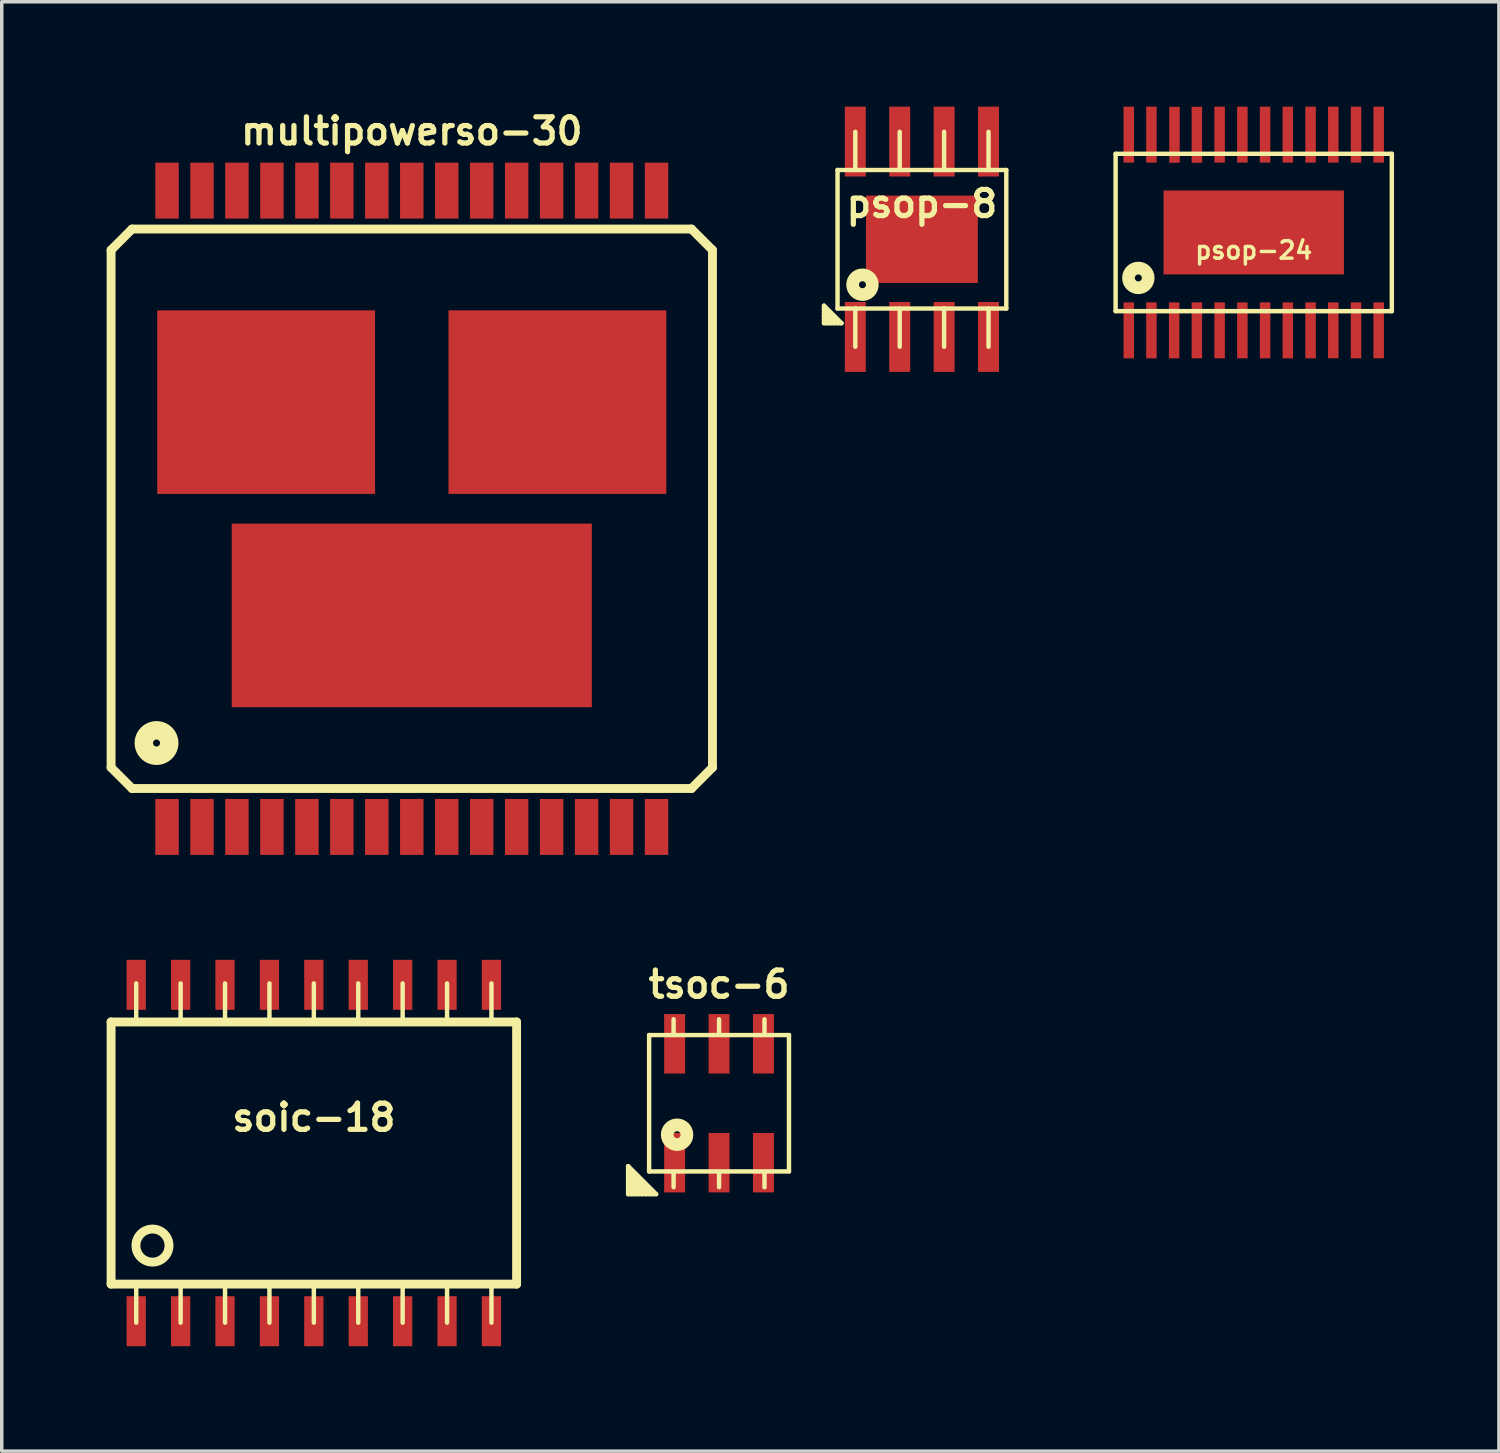
<source format=kicad_pcb>
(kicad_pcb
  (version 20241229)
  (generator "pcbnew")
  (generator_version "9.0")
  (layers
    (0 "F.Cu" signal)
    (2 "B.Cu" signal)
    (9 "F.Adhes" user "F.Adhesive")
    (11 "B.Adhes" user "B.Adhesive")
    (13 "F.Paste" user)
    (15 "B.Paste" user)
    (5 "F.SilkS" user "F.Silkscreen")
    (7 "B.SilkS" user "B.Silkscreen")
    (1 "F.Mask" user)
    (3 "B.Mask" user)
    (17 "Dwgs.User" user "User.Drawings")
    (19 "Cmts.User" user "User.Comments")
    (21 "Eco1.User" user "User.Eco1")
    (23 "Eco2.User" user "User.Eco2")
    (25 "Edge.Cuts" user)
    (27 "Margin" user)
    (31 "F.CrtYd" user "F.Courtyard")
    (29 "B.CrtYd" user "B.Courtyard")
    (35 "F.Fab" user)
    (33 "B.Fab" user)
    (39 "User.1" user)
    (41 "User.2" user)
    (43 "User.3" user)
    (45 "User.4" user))
  (footprint "multipowerso-30"
    (layer "F.Cu")
    (at 8.727 11.501)
    (property "Reference" "multipowerso-30" (at 0 -10.8 0) (layer "F.SilkS") (effects (font (size 0.749 0.749) (thickness 0.15))))
    (attr through_hole)
    (fp_line (start -8.6 -7.4) (end -8.6 7.4) (stroke (width 0.254) (type solid)) (layer "F.SilkS"))
    (fp_line (start -8.6 -7.4) (end -8 -8) (stroke (width 0.254) (type solid)) (layer "F.SilkS"))
    (fp_line (start -8.6 7.4) (end -8 8) (stroke (width 0.254) (type solid)) (layer "F.SilkS"))
    (fp_line (start -8 -8) (end 8 -8) (stroke (width 0.254) (type solid)) (layer "F.SilkS"))
    (fp_line (start -8 8) (end 8 8) (stroke (width 0.254) (type solid)) (layer "F.SilkS"))
    (fp_line (start 8 -8) (end 8.6 -7.4) (stroke (width 0.254) (type solid)) (layer "F.SilkS"))
    (fp_line (start 8 8) (end 8.6 7.4) (stroke (width 0.254) (type solid)) (layer "F.SilkS"))
    (fp_line (start 8.6 -7.4) (end 8.6 7.4) (stroke (width 0.254) (type solid)) (layer "F.SilkS"))
    (fp_circle (center -7.3 6.7) (end -7.6 6.7) (stroke (width 0.254) (type solid)) (fill no) (layer "F.SilkS"))
    (fp_circle (center -7.3 6.7) (end -7.4 6.7) (stroke (width 0.254) (type solid)) (fill no) (layer "F.SilkS"))
    (fp_circle (center -7.3 6.7) (end -6.8 6.7) (stroke (width 0.254) (type solid)) (fill no) (layer "F.SilkS"))
    (pad "1" smd rect (at -7 9.1) (size 0.67 1.6) (layers "F.Cu" "F.Mask" "F.Paste"))
    (pad "2" smd rect (at -6 9.1) (size 0.67 1.6) (layers "F.Cu" "F.Mask" "F.Paste"))
    (pad "3" smd rect (at -5 9.1) (size 0.67 1.6) (layers "F.Cu" "F.Mask" "F.Paste"))
    (pad "4" smd rect (at -4 9.1) (size 0.67 1.6) (layers "F.Cu" "F.Mask" "F.Paste"))
    (pad "5" smd rect (at -3 9.1) (size 0.67 1.6) (layers "F.Cu" "F.Mask" "F.Paste"))
    (pad "6" smd rect (at -2 9.1) (size 0.67 1.6) (layers "F.Cu" "F.Mask" "F.Paste"))
    (pad "7" smd rect (at -1 9.1) (size 0.67 1.6) (layers "F.Cu" "F.Mask" "F.Paste"))
    (pad "8" smd rect (at 0 9.1) (size 0.67 1.6) (layers "F.Cu" "F.Mask" "F.Paste"))
    (pad "9" smd rect (at 1 9.1) (size 0.67 1.6) (layers "F.Cu" "F.Mask" "F.Paste"))
    (pad "10" smd rect (at 2 9.1) (size 0.67 1.6) (layers "F.Cu" "F.Mask" "F.Paste"))
    (pad "11" smd rect (at 3 9.1) (size 0.67 1.6) (layers "F.Cu" "F.Mask" "F.Paste"))
    (pad "12" smd rect (at 4 9.1) (size 0.67 1.6) (layers "F.Cu" "F.Mask" "F.Paste"))
    (pad "13" smd rect (at 5 9.1) (size 0.67 1.6) (layers "F.Cu" "F.Mask" "F.Paste"))
    (pad "14" smd rect (at 6 9.1) (size 0.67 1.6) (layers "F.Cu" "F.Mask" "F.Paste"))
    (pad "15" smd rect (at 7 9.1) (size 0.67 1.6) (layers "F.Cu" "F.Mask" "F.Paste"))
    (pad "16" smd rect (at 7 -9.1) (size 0.67 1.6) (layers "F.Cu" "F.Mask" "F.Paste"))
    (pad "17" smd rect (at 6 -9.1) (size 0.67 1.6) (layers "F.Cu" "F.Mask" "F.Paste"))
    (pad "18" smd rect (at 5 -9.1) (size 0.67 1.6) (layers "F.Cu" "F.Mask" "F.Paste"))
    (pad "19" smd rect (at 4 -9.1) (size 0.67 1.6) (layers "F.Cu" "F.Mask" "F.Paste"))
    (pad "20" smd rect (at 3 -9.1) (size 0.67 1.6) (layers "F.Cu" "F.Mask" "F.Paste"))
    (pad "21" smd rect (at 2 -9.1) (size 0.67 1.6) (layers "F.Cu" "F.Mask" "F.Paste"))
    (pad "22" smd rect (at 1 -9.1) (size 0.67 1.6) (layers "F.Cu" "F.Mask" "F.Paste"))
    (pad "23" smd rect (at 0 -9.1) (size 0.67 1.6) (layers "F.Cu" "F.Mask" "F.Paste"))
    (pad "24" smd rect (at -1 -9.1) (size 0.67 1.6) (layers "F.Cu" "F.Mask" "F.Paste"))
    (pad "25" smd rect (at -2 -9.1) (size 0.67 1.6) (layers "F.Cu" "F.Mask" "F.Paste"))
    (pad "26" smd rect (at -3 -9.1) (size 0.67 1.6) (layers "F.Cu" "F.Mask" "F.Paste"))
    (pad "27" smd rect (at -4 -9.1) (size 0.67 1.6) (layers "F.Cu" "F.Mask" "F.Paste"))
    (pad "28" smd rect (at -5 -9.1) (size 0.67 1.6) (layers "F.Cu" "F.Mask" "F.Paste"))
    (pad "29" smd rect (at -6 -9.1) (size 0.67 1.6) (layers "F.Cu" "F.Mask" "F.Paste"))
    (pad "30" smd rect (at -7 -9.1) (size 0.67 1.6) (layers "F.Cu" "F.Mask" "F.Paste"))
    (pad "31" smd rect (at 0 3.05) (size 10.3 5.25) (layers "F.Cu" "F.Mask" "F.Paste"))
    (pad "32" smd rect (at 4.165 -3.05) (size 6.23 5.25) (layers "F.Cu" "F.Mask" "F.Paste"))
    (pad "33" smd rect (at -4.165 -3.05) (size 6.23 5.25) (layers "F.Cu" "F.Mask" "F.Paste")))
  (footprint "psop-8"
    (layer "F.Cu")
    (at 23.317 3.793)
    (property "Reference" "psop-8" (at 0 -1.016 0) (layer "F.SilkS") (effects (font (size 0.749 0.749) (thickness 0.15))))
    (attr through_hole)
    (fp_line (start -2.8 1.9) (end -2.3 2.4) (stroke (width 0.127) (type solid)) (layer "F.SilkS"))
    (fp_line (start -2.8 2.4) (end -2.8 1.9) (stroke (width 0.127) (type solid)) (layer "F.SilkS"))
    (fp_line (start -2.7 2.4) (end -2.8 2.3) (stroke (width 0.127) (type solid)) (layer "F.SilkS"))
    (fp_line (start -2.6 2.4) (end -2.8 2.2) (stroke (width 0.127) (type solid)) (layer "F.SilkS"))
    (fp_line (start -2.5 2.4) (end -2.8 2.1) (stroke (width 0.127) (type solid)) (layer "F.SilkS"))
    (fp_line (start -2.413 -1.981) (end -2.413 1.981) (stroke (width 0.127) (type solid)) (layer "F.SilkS"))
    (fp_line (start -2.413 1.981) (end 2.413 1.981) (stroke (width 0.127) (type solid)) (layer "F.SilkS"))
    (fp_line (start -2.4 2.4) (end -2.8 2) (stroke (width 0.127) (type solid)) (layer "F.SilkS"))
    (fp_line (start -2.3 2.4) (end -2.8 2.4) (stroke (width 0.127) (type solid)) (layer "F.SilkS"))
    (fp_line (start -1.905 -1.981) (end -1.905 -3.073) (stroke (width 0.127) (type solid)) (layer "F.SilkS"))
    (fp_line (start -1.905 3.073) (end -1.905 1.981) (stroke (width 0.127) (type solid)) (layer "F.SilkS"))
    (fp_line (start -0.635 -1.981) (end -0.635 -3.073) (stroke (width 0.127) (type solid)) (layer "F.SilkS"))
    (fp_line (start -0.635 3.073) (end -0.635 1.981) (stroke (width 0.127) (type solid)) (layer "F.SilkS"))
    (fp_line (start 0.635 -1.981) (end 0.635 -3.073) (stroke (width 0.127) (type solid)) (layer "F.SilkS"))
    (fp_line (start 0.635 3.073) (end 0.635 1.981) (stroke (width 0.127) (type solid)) (layer "F.SilkS"))
    (fp_line (start 1.905 -3.073) (end 1.905 -1.981) (stroke (width 0.127) (type solid)) (layer "F.SilkS"))
    (fp_line (start 1.905 1.981) (end 1.905 3.073) (stroke (width 0.127) (type solid)) (layer "F.SilkS"))
    (fp_line (start 2.413 -1.981) (end -2.413 -1.981) (stroke (width 0.127) (type solid)) (layer "F.SilkS"))
    (fp_line (start 2.413 1.981) (end 2.413 -1.981) (stroke (width 0.127) (type solid)) (layer "F.SilkS"))
    (fp_circle (center -1.7 1.3) (end -2.1 1.3) (stroke (width 0.127) (type solid)) (fill no) (layer "F.SilkS"))
    (fp_circle (center -1.7 1.3) (end -2 1.3) (stroke (width 0.127) (type solid)) (fill no) (layer "F.SilkS"))
    (fp_circle (center -1.7 1.3) (end -1.9 1.3) (stroke (width 0.127) (type solid)) (fill no) (layer "F.SilkS"))
    (fp_circle (center -1.7 1.3) (end -1.8 1.3) (stroke (width 0.3) (type solid)) (fill no) (layer "F.SilkS"))
    (pad "1" smd rect (at -1.905 2.794) (size 0.599 1.999) (layers "F.Cu" "F.Mask" "F.Paste"))
    (pad "2" smd rect (at -0.635 2.794) (size 0.599 1.999) (layers "F.Cu" "F.Mask" "F.Paste"))
    (pad "3" smd rect (at 0.635 2.794) (size 0.599 1.999) (layers "F.Cu" "F.Mask" "F.Paste"))
    (pad "4" smd rect (at 1.905 2.794) (size 0.599 1.999) (layers "F.Cu" "F.Mask" "F.Paste"))
    (pad "5" smd rect (at 1.905 -2.794) (size 0.599 1.999) (layers "F.Cu" "F.Mask" "F.Paste"))
    (pad "6" smd rect (at 0.635 -2.794) (size 0.599 1.999) (layers "F.Cu" "F.Mask" "F.Paste"))
    (pad "7" smd rect (at -0.635 -2.794) (size 0.599 1.999) (layers "F.Cu" "F.Mask" "F.Paste"))
    (pad "8" smd rect (at -1.905 -2.794) (size 0.599 1.999) (layers "F.Cu" "F.Mask" "F.Paste"))
    (pad "9" smd rect (at 0 0) (size 3.2 2.499) (layers "F.Cu" "F.Mask" "F.Paste")))
  (footprint "tsoc-6"
    (layer "F.Cu")
    (at 17.515 28.503)
    (property "Reference" "tsoc-6" (at 0 -3.4 0) (layer "F.SilkS") (effects (font (size 0.75 0.75) (thickness 0.15))))
    (attr through_hole)
    (fp_line (start -2.6 1.8) (end -2.6 2.6) (stroke (width 0.127) (type solid)) (layer "F.SilkS"))
    (fp_line (start -2.6 1.9) (end -1.9 2.6) (stroke (width 0.127) (type solid)) (layer "F.SilkS"))
    (fp_line (start -2.6 2.1) (end -2.1 2.6) (stroke (width 0.127) (type solid)) (layer "F.SilkS"))
    (fp_line (start -2.6 2.3) (end -2.3 2.6) (stroke (width 0.127) (type solid)) (layer "F.SilkS"))
    (fp_line (start -2.6 2.5) (end -2.5 2.6) (stroke (width 0.127) (type solid)) (layer "F.SilkS"))
    (fp_line (start -2.6 2.6) (end -1.8 2.6) (stroke (width 0.127) (type solid)) (layer "F.SilkS"))
    (fp_line (start -2.4 2.6) (end -2.6 2.4) (stroke (width 0.127) (type solid)) (layer "F.SilkS"))
    (fp_line (start -2.2 2.6) (end -2.6 2.2) (stroke (width 0.127) (type solid)) (layer "F.SilkS"))
    (fp_line (start -2 -1.95) (end -2 1.95) (stroke (width 0.127) (type solid)) (layer "F.SilkS"))
    (fp_line (start -2 1.95) (end 2 1.95) (stroke (width 0.127) (type solid)) (layer "F.SilkS"))
    (fp_line (start -2 2.6) (end -2.6 2) (stroke (width 0.127) (type solid)) (layer "F.SilkS"))
    (fp_line (start -1.8 2.6) (end -2.6 1.8) (stroke (width 0.127) (type solid)) (layer "F.SilkS"))
    (fp_line (start -1.3 -2.4) (end -1.3 -2) (stroke (width 0.127) (type solid)) (layer "F.SilkS"))
    (fp_line (start -1.3 2) (end -1.3 2.4) (stroke (width 0.127) (type solid)) (layer "F.SilkS"))
    (fp_line (start 0 -2) (end 0 -2.4) (stroke (width 0.127) (type solid)) (layer "F.SilkS"))
    (fp_line (start 0 2) (end 0 2.4) (stroke (width 0.127) (type solid)) (layer "F.SilkS"))
    (fp_line (start 1.3 -2.4) (end 1.3 -2) (stroke (width 0.127) (type solid)) (layer "F.SilkS"))
    (fp_line (start 1.3 2) (end 1.3 2.4) (stroke (width 0.127) (type solid)) (layer "F.SilkS"))
    (fp_line (start 2 -1.95) (end -2 -1.95) (stroke (width 0.127) (type solid)) (layer "F.SilkS"))
    (fp_line (start 2 1.95) (end 2 -1.95) (stroke (width 0.127) (type solid)) (layer "F.SilkS"))
    (fp_circle (center -1.2 0.9) (end -1.6 0.9) (stroke (width 0.127) (type solid)) (fill no) (layer "F.SilkS"))
    (fp_circle (center -1.2 0.9) (end -1.5 0.9) (stroke (width 0.127) (type solid)) (fill no) (layer "F.SilkS"))
    (fp_circle (center -1.2 0.9) (end -1.4 0.9) (stroke (width 0.127) (type solid)) (fill no) (layer "F.SilkS"))
    (fp_circle (center -1.2 0.9) (end -1.3 0.9) (stroke (width 0.3) (type solid)) (fill no) (layer "F.SilkS"))
    (pad "1" smd rect (at -1.27 1.7) (size 0.6 1.7) (layers "F.Cu" "F.Mask" "F.Paste"))
    (pad "2" smd rect (at 0 1.7) (size 0.6 1.7) (layers "F.Cu" "F.Mask" "F.Paste"))
    (pad "3" smd rect (at 1.27 1.7) (size 0.6 1.7) (layers "F.Cu" "F.Mask" "F.Paste"))
    (pad "4" smd rect (at 1.27 -1.7) (size 0.6 1.7) (layers "F.Cu" "F.Mask" "F.Paste"))
    (pad "5" smd rect (at 0 -1.7) (size 0.6 1.7) (layers "F.Cu" "F.Mask" "F.Paste"))
    (pad "6" smd rect (at -1.27 -1.7) (size 0.6 1.7) (layers "F.Cu" "F.Mask" "F.Paste")))
  (footprint "psop-24"
    (layer "F.Cu")
    (at 32.807 3.599)
    (property "Reference" "psop-24" (at 0 0.508 0) (layer "F.SilkS") (effects (font (size 0.5 0.5) (thickness 0.099))))
    (attr through_hole)
    (fp_line (start -3.95 -2.25) (end -3.95 2.25) (stroke (width 0.127) (type solid)) (layer "F.SilkS"))
    (fp_line (start -3.95 2.25) (end 3.95 2.25) (stroke (width 0.127) (type solid)) (layer "F.SilkS"))
    (fp_line (start 3.95 -2.25) (end -3.95 -2.25) (stroke (width 0.127) (type solid)) (layer "F.SilkS"))
    (fp_line (start 3.95 2.25) (end 3.95 -2.25) (stroke (width 0.127) (type solid)) (layer "F.SilkS"))
    (fp_circle (center -3.3 1.3) (end -3.7 1.3) (stroke (width 0.127) (type solid)) (fill no) (layer "F.SilkS"))
    (fp_circle (center -3.3 1.3) (end -3.6 1.3) (stroke (width 0.127) (type solid)) (fill no) (layer "F.SilkS"))
    (fp_circle (center -3.3 1.3) (end -3.5 1.3) (stroke (width 0.127) (type solid)) (fill no) (layer "F.SilkS"))
    (fp_circle (center -3.3 1.3) (end -3.4 1.3) (stroke (width 0.3) (type solid)) (fill no) (layer "F.SilkS"))
    (pad "1" smd rect (at -3.574 2.799) (size 0.3 1.6) (layers "F.Cu" "F.Mask" "F.Paste"))
    (pad "2" smd rect (at -2.926 2.799) (size 0.3 1.6) (layers "F.Cu" "F.Mask" "F.Paste"))
    (pad "3" smd rect (at -2.276 2.799) (size 0.3 1.6) (layers "F.Cu" "F.Mask" "F.Paste"))
    (pad "4" smd rect (at -1.626 2.799) (size 0.3 1.6) (layers "F.Cu" "F.Mask" "F.Paste"))
    (pad "5" smd rect (at -0.975 2.799) (size 0.3 1.6) (layers "F.Cu" "F.Mask" "F.Paste"))
    (pad "6" smd rect (at -0.325 2.799) (size 0.3 1.6) (layers "F.Cu" "F.Mask" "F.Paste"))
    (pad "7" smd rect (at 0.325 2.799) (size 0.3 1.6) (layers "F.Cu" "F.Mask" "F.Paste"))
    (pad "8" smd rect (at 0.975 2.799) (size 0.3 1.6) (layers "F.Cu" "F.Mask" "F.Paste"))
    (pad "9" smd rect (at 1.626 2.799) (size 0.3 1.6) (layers "F.Cu" "F.Mask" "F.Paste"))
    (pad "10" smd rect (at 2.276 2.799) (size 0.3 1.6) (layers "F.Cu" "F.Mask" "F.Paste"))
    (pad "11" smd rect (at 2.926 2.799) (size 0.3 1.6) (layers "F.Cu" "F.Mask" "F.Paste"))
    (pad "12" smd rect (at 3.574 2.799) (size 0.3 1.6) (layers "F.Cu" "F.Mask" "F.Paste"))
    (pad "13" smd rect (at 3.574 -2.799) (size 0.3 1.6) (layers "F.Cu" "F.Mask" "F.Paste"))
    (pad "14" smd rect (at 2.926 -2.799) (size 0.3 1.6) (layers "F.Cu" "F.Mask" "F.Paste"))
    (pad "15" smd rect (at 2.276 -2.799) (size 0.3 1.6) (layers "F.Cu" "F.Mask" "F.Paste"))
    (pad "16" smd rect (at 1.626 -2.799) (size 0.3 1.6) (layers "F.Cu" "F.Mask" "F.Paste"))
    (pad "17" smd rect (at 0.975 -2.799) (size 0.3 1.6) (layers "F.Cu" "F.Mask" "F.Paste"))
    (pad "18" smd rect (at 0.325 -2.799) (size 0.3 1.6) (layers "F.Cu" "F.Mask" "F.Paste"))
    (pad "19" smd rect (at -0.325 -2.799) (size 0.3 1.6) (layers "F.Cu" "F.Mask" "F.Paste"))
    (pad "20" smd rect (at -0.975 -2.799) (size 0.3 1.6) (layers "F.Cu" "F.Mask" "F.Paste"))
    (pad "21" smd rect (at -1.626 -2.794) (size 0.3 1.6) (layers "F.Cu" "F.Mask" "F.Paste"))
    (pad "22" smd rect (at -2.266 -2.794) (size 0.3 1.6) (layers "F.Cu" "F.Mask" "F.Paste"))
    (pad "23" smd rect (at -2.926 -2.799) (size 0.3 1.6) (layers "F.Cu" "F.Mask" "F.Paste"))
    (pad "24" smd rect (at -3.574 -2.799) (size 0.3 1.6) (layers "F.Cu" "F.Mask" "F.Paste"))
    (pad "25" smd rect (at 0 0) (size 5.159 2.4) (layers "F.Cu" "F.Mask" "F.Paste")))
  (footprint "soic-18"
    (layer "F.Cu")
    (at 5.926 29.927)
    (property "Reference" "soic-18" (at 0 -1.016 0) (layer "F.SilkS") (effects (font (size 0.749 0.749) (thickness 0.15))))
    (attr through_hole)
    (fp_line (start -5.799 -3.749) (end -5.799 3.749) (stroke (width 0.254) (type solid)) (layer "F.SilkS"))
    (fp_line (start -5.799 3.749) (end 5.799 3.749) (stroke (width 0.254) (type solid)) (layer "F.SilkS"))
    (fp_line (start -5.08 -3.759) (end -5.08 -4.851) (stroke (width 0.127) (type solid)) (layer "F.SilkS"))
    (fp_line (start -5.08 4.851) (end -5.08 3.759) (stroke (width 0.127) (type solid)) (layer "F.SilkS"))
    (fp_line (start -3.81 -3.759) (end -3.81 -4.851) (stroke (width 0.127) (type solid)) (layer "F.SilkS"))
    (fp_line (start -3.81 3.759) (end -3.81 4.851) (stroke (width 0.127) (type solid)) (layer "F.SilkS"))
    (fp_line (start -2.54 -3.759) (end -2.54 -4.851) (stroke (width 0.127) (type solid)) (layer "F.SilkS"))
    (fp_line (start -2.54 4.851) (end -2.54 3.759) (stroke (width 0.127) (type solid)) (layer "F.SilkS"))
    (fp_line (start -1.27 -4.851) (end -1.27 -3.759) (stroke (width 0.127) (type solid)) (layer "F.SilkS"))
    (fp_line (start -1.27 4.851) (end -1.27 3.759) (stroke (width 0.127) (type solid)) (layer "F.SilkS"))
    (fp_line (start 0 -4.851) (end 0 -3.759) (stroke (width 0.127) (type solid)) (layer "F.SilkS"))
    (fp_line (start 0 4.851) (end 0 3.759) (stroke (width 0.127) (type solid)) (layer "F.SilkS"))
    (fp_line (start 1.27 -4.851) (end 1.27 -3.759) (stroke (width 0.127) (type solid)) (layer "F.SilkS"))
    (fp_line (start 1.27 4.851) (end 1.27 3.759) (stroke (width 0.127) (type solid)) (layer "F.SilkS"))
    (fp_line (start 2.54 -3.759) (end 2.54 -4.851) (stroke (width 0.127) (type solid)) (layer "F.SilkS"))
    (fp_line (start 2.54 3.759) (end 2.54 4.851) (stroke (width 0.127) (type solid)) (layer "F.SilkS"))
    (fp_line (start 3.81 -3.759) (end 3.81 -4.851) (stroke (width 0.127) (type solid)) (layer "F.SilkS"))
    (fp_line (start 3.81 3.759) (end 3.81 4.851) (stroke (width 0.127) (type solid)) (layer "F.SilkS"))
    (fp_line (start 5.08 -3.759) (end 5.08 -4.851) (stroke (width 0.127) (type solid)) (layer "F.SilkS"))
    (fp_line (start 5.08 3.759) (end 5.08 4.851) (stroke (width 0.127) (type solid)) (layer "F.SilkS"))
    (fp_line (start 5.799 -3.749) (end -5.799 -3.749) (stroke (width 0.254) (type solid)) (layer "F.SilkS"))
    (fp_line (start 5.799 3.749) (end 5.799 -3.749) (stroke (width 0.254) (type solid)) (layer "F.SilkS"))
    (fp_circle (center -4.615 2.647) (end -4.895 3.028) (stroke (width 0.254) (type solid)) (fill no) (layer "F.SilkS"))
    (pad "1" smd rect (at -5.08 4.811) (size 0.551 1.43) (layers "F.Cu" "F.Mask" "F.Paste"))
    (pad "2" smd rect (at -3.81 4.811) (size 0.551 1.43) (layers "F.Cu" "F.Mask" "F.Paste"))
    (pad "3" smd rect (at -2.54 4.811) (size 0.551 1.43) (layers "F.Cu" "F.Mask" "F.Paste"))
    (pad "4" smd rect (at -1.27 4.811) (size 0.551 1.43) (layers "F.Cu" "F.Mask" "F.Paste"))
    (pad "5" smd rect (at 0 4.811) (size 0.551 1.43) (layers "F.Cu" "F.Mask" "F.Paste"))
    (pad "6" smd rect (at 1.27 4.811) (size 0.551 1.43) (layers "F.Cu" "F.Mask" "F.Paste"))
    (pad "7" smd rect (at 2.54 4.811) (size 0.551 1.43) (layers "F.Cu" "F.Mask" "F.Paste"))
    (pad "8" smd rect (at 3.81 4.811) (size 0.551 1.43) (layers "F.Cu" "F.Mask" "F.Paste"))
    (pad "9" smd rect (at 5.08 4.811) (size 0.551 1.43) (layers "F.Cu" "F.Mask" "F.Paste"))
    (pad "10" smd rect (at 5.08 -4.811) (size 0.551 1.43) (layers "F.Cu" "F.Mask" "F.Paste"))
    (pad "11" smd rect (at 3.81 -4.811) (size 0.551 1.43) (layers "F.Cu" "F.Mask" "F.Paste"))
    (pad "12" smd rect (at 2.54 -4.811) (size 0.551 1.43) (layers "F.Cu" "F.Mask" "F.Paste"))
    (pad "13" smd rect (at 1.27 -4.811) (size 0.551 1.43) (layers "F.Cu" "F.Mask" "F.Paste"))
    (pad "14" smd rect (at 0 -4.811) (size 0.551 1.43) (layers "F.Cu" "F.Mask" "F.Paste"))
    (pad "15" smd rect (at -1.27 -4.811) (size 0.551 1.43) (layers "F.Cu" "F.Mask" "F.Paste"))
    (pad "16" smd rect (at -2.54 -4.811) (size 0.551 1.43) (layers "F.Cu" "F.Mask" "F.Paste"))
    (pad "17" smd rect (at -3.81 -4.811) (size 0.551 1.43) (layers "F.Cu" "F.Mask" "F.Paste"))
    (pad "18" smd rect (at -5.08 -4.811) (size 0.551 1.43) (layers "F.Cu" "F.Mask" "F.Paste")))
  (gr_rect
    (start -3 -3)
    (end 39.82 38.453)
    (stroke (width 0.1) (type default))
    (fill no)
    (layer "Edge.Cuts")))
</source>
